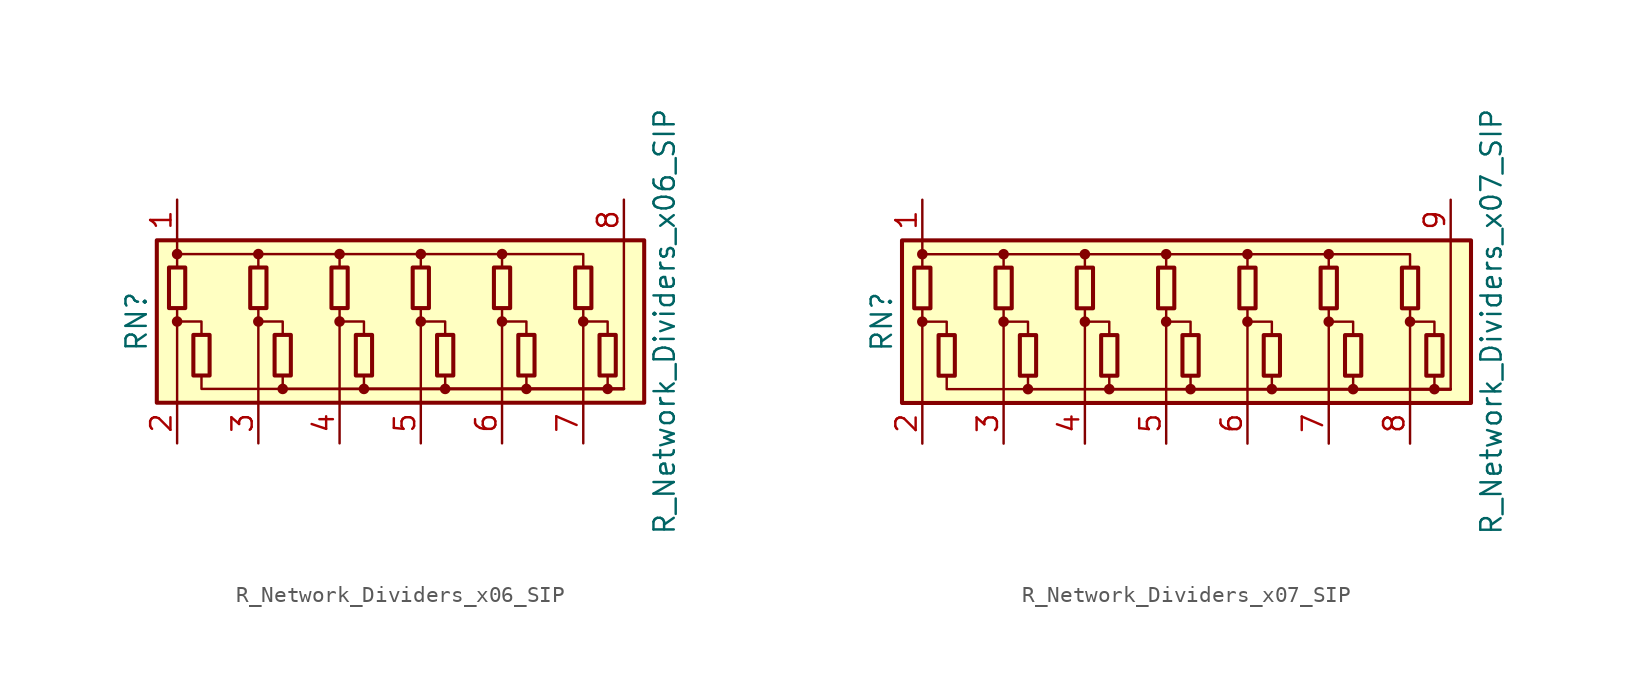
<source format=kicad_sym>
(kicad_symbol_lib
  (version 20201005)
  (generator kicad_symbol_editor)
  (symbol "R_Network_Dividers_x06_SIP"
    (pin_names
      (offset 0) hide)
    (property "Reference" "RN"
      (at -17.78 0 90)
      (effects (font (size 1.27 1.27))))
    (property "Value" "R_Network_Dividers_x06_SIP"
      (at 15.24 0 90)
      (effects (font (size 1.27 1.27))))
    (symbol "R_Network_Dividers_x06_SIP_0_1"
      (circle (center -15.24 0) (radius 0.254) (stroke (width 0)) (fill (type outline)))
      (circle (center -15.24 4.216) (radius 0.254) (stroke (width 0)) (fill (type outline)))
      (circle (center -10.16 0) (radius 0.254) (stroke (width 0)) (fill (type outline)))
      (circle (center -10.16 4.216) (radius 0.254) (stroke (width 0)) (fill (type outline)))
      (circle (center -8.636 -4.216) (radius 0.254) (stroke (width 0)) (fill (type outline)))
      (circle (center -5.08 0) (radius 0.254) (stroke (width 0)) (fill (type outline)))
      (circle (center -5.08 4.216) (radius 0.254) (stroke (width 0)) (fill (type outline)))
      (circle (center -3.556 -4.216) (radius 0.254) (stroke (width 0)) (fill (type outline)))
      (circle (center 0 0) (radius 0.254) (stroke (width 0)) (fill (type outline)))
      (circle (center 0 4.216) (radius 0.254) (stroke (width 0)) (fill (type outline)))
      (circle (center 1.524 -4.216) (radius 0.254) (stroke (width 0)) (fill (type outline)))
      (circle (center 5.08 0) (radius 0.254) (stroke (width 0)) (fill (type outline)))
      (circle (center 5.08 4.216) (radius 0.254) (stroke (width 0)) (fill (type outline)))
      (circle (center 6.604 -4.216) (radius 0.254) (stroke (width 0)) (fill (type outline)))
      (circle (center 10.16 0) (radius 0.254) (stroke (width 0)) (fill (type outline)))
      (circle (center 11.684 -4.216) (radius 0.254) (stroke (width 0)) (fill (type outline)))
      (rectangle (start -15.748 3.378) (end -14.732 0.838) (stroke (width 0.254)) (fill (type none)))
      (rectangle (start -14.224 -3.378) (end -13.208 -0.838) (stroke (width 0.254)) (fill (type none)))
      (rectangle (start -10.668 3.378) (end -9.652 0.838) (stroke (width 0.254)) (fill (type none)))
      (rectangle (start -9.144 -3.378) (end -8.128 -0.838) (stroke (width 0.254)) (fill (type none)))
      (rectangle (start -5.588 3.378) (end -4.572 0.838) (stroke (width 0.254)) (fill (type none)))
      (rectangle (start -4.064 -3.378) (end -3.048 -0.838) (stroke (width 0.254)) (fill (type none)))
      (rectangle (start -0.508 3.378) (end 0.508 0.838) (stroke (width 0.254)) (fill (type none)))
      (rectangle (start 1.016 -3.378) (end 2.032 -0.838) (stroke (width 0.254)) (fill (type none)))
      (rectangle (start 4.572 3.378) (end 5.588 0.838) (stroke (width 0.254)) (fill (type none)))
      (rectangle (start 6.096 -3.378) (end 7.112 -0.838) (stroke (width 0.254)) (fill (type none)))
      (rectangle (start 9.652 3.378) (end 10.668 0.838) (stroke (width 0.254)) (fill (type none)))
      (rectangle (start 11.176 -3.378) (end 12.192 -0.838) (stroke (width 0.254)) (fill (type none)))
      (rectangle (start -16.51 -5.08) (end 13.97 5.08) (stroke (width 0.254)) (fill (type background)))
      (polyline (pts (xy -15.24 -5.08) (xy -15.24 0.838)) (stroke (width 0)) (fill (type none)))
      (polyline (pts (xy -15.24 5.08) (xy -15.24 3.378)) (stroke (width 0)) (fill (type none)))
      (polyline (pts (xy -10.16 -5.08) (xy -10.16 0.838)) (stroke (width 0)) (fill (type none)))
      (polyline (pts (xy -5.08 -5.08) (xy -5.08 0.838)) (stroke (width 0)) (fill (type none)))
      (polyline (pts (xy 0 -5.08) (xy 0 0.838)) (stroke (width 0)) (fill (type none)))
      (polyline (pts (xy 5.08 -5.08) (xy 5.08 0.838)) (stroke (width 0)) (fill (type none)))
      (polyline (pts (xy 10.16 -5.08) (xy 10.16 0.838)) (stroke (width 0)) (fill (type none)))
      (polyline (pts (xy 12.7 -4.216) (xy 12.7 5.08)) (stroke (width 0)) (fill (type none)))
      (polyline (pts (xy -15.24 0) (xy -13.716 0) (xy -13.716 -0.838)) (stroke (width 0)) (fill (type none)))
      (polyline (pts (xy -15.24 4.216) (xy -10.16 4.216) (xy -10.16 3.378)) (stroke (width 0)) (fill (type none)))
      (polyline (pts (xy -13.716 -3.378) (xy -13.716 -4.216) (xy 12.7 -4.216)) (stroke (width 0)) (fill (type none)))
      (polyline (pts (xy -10.16 0) (xy -8.636 0) (xy -8.636 -0.838)) (stroke (width 0)) (fill (type none)))
      (polyline (pts (xy -10.16 4.216) (xy -5.08 4.216) (xy -5.08 3.378)) (stroke (width 0)) (fill (type none)))
      (polyline (pts (xy -8.636 -3.378) (xy -8.636 -4.216) (xy 12.7 -4.216)) (stroke (width 0)) (fill (type none)))
      (polyline (pts (xy -5.08 0) (xy -3.556 0) (xy -3.556 -0.838)) (stroke (width 0)) (fill (type none)))
      (polyline (pts (xy -5.08 4.216) (xy 0 4.216) (xy 0 3.378)) (stroke (width 0)) (fill (type none)))
      (polyline (pts (xy -3.556 -3.378) (xy -3.556 -4.216) (xy 12.7 -4.216)) (stroke (width 0)) (fill (type none)))
      (polyline (pts (xy 0 0) (xy 1.524 0) (xy 1.524 -0.838)) (stroke (width 0)) (fill (type none)))
      (polyline (pts (xy 0 4.216) (xy 5.08 4.216) (xy 5.08 3.378)) (stroke (width 0)) (fill (type none)))
      (polyline (pts (xy 1.524 -3.378) (xy 1.524 -4.216) (xy 12.7 -4.216)) (stroke (width 0)) (fill (type none)))
      (polyline (pts (xy 5.08 0) (xy 6.604 0) (xy 6.604 -0.838)) (stroke (width 0)) (fill (type none)))
      (polyline (pts (xy 5.08 4.216) (xy 10.16 4.216) (xy 10.16 3.378)) (stroke (width 0)) (fill (type none)))
      (polyline (pts (xy 6.604 -3.378) (xy 6.604 -4.216) (xy 12.7 -4.216)) (stroke (width 0)) (fill (type none)))
      (polyline (pts (xy 10.16 0) (xy 11.684 0) (xy 11.684 -0.838)) (stroke (width 0)) (fill (type none)))
      (polyline (pts (xy 11.684 -3.378) (xy 11.684 -4.216) (xy 12.7 -4.216)) (stroke (width 0)) (fill (type none))))
    (symbol "R_Network_Dividers_x06_SIP_1_1"
      (pin passive line (at -15.24 7.62 270) (length 2.54) (name "COM1" (effects (font (size 1.27 1.27)))) (number "1" (effects (font (size 1.27 1.27)))))
      (pin passive line (at -15.24 -7.62 90) (length 2.54) (name "R1" (effects (font (size 1.27 1.27)))) (number "2" (effects (font (size 1.27 1.27)))))
      (pin passive line (at -10.16 -7.62 90) (length 2.54) (name "R2" (effects (font (size 1.27 1.27)))) (number "3" (effects (font (size 1.27 1.27)))))
      (pin passive line (at -5.08 -7.62 90) (length 2.54) (name "R3" (effects (font (size 1.27 1.27)))) (number "4" (effects (font (size 1.27 1.27)))))
      (pin passive line (at 0 -7.62 90) (length 2.54) (name "R4" (effects (font (size 1.27 1.27)))) (number "5" (effects (font (size 1.27 1.27)))))
      (pin passive line (at 5.08 -7.62 90) (length 2.54) (name "R5" (effects (font (size 1.27 1.27)))) (number "6" (effects (font (size 1.27 1.27)))))
      (pin passive line (at 10.16 -7.62 90) (length 2.54) (name "R6" (effects (font (size 1.27 1.27)))) (number "7" (effects (font (size 1.27 1.27)))))
      (pin passive line (at 12.7 7.62 270) (length 2.54) (name "COM2" (effects (font (size 1.27 1.27)))) (number "8" (effects (font (size 1.27 1.27)))))))
  (symbol "R_Network_Dividers_x07_SIP"
    (pin_names
      (offset 0) hide)
    (property "Reference" "RN"
      (at -17.78 0 90)
      (effects (font (size 1.27 1.27))))
    (property "Value" "R_Network_Dividers_x07_SIP"
      (at 20.32 0 90)
      (effects (font (size 1.27 1.27))))
    (symbol "R_Network_Dividers_x07_SIP_0_1"
      (circle (center -15.24 0) (radius 0.254) (stroke (width 0)) (fill (type outline)))
      (circle (center -15.24 4.216) (radius 0.254) (stroke (width 0)) (fill (type outline)))
      (circle (center -10.16 0) (radius 0.254) (stroke (width 0)) (fill (type outline)))
      (circle (center -10.16 4.216) (radius 0.254) (stroke (width 0)) (fill (type outline)))
      (circle (center -8.636 -4.216) (radius 0.254) (stroke (width 0)) (fill (type outline)))
      (circle (center -5.08 0) (radius 0.254) (stroke (width 0)) (fill (type outline)))
      (circle (center -5.08 4.216) (radius 0.254) (stroke (width 0)) (fill (type outline)))
      (circle (center -3.556 -4.216) (radius 0.254) (stroke (width 0)) (fill (type outline)))
      (circle (center 0 0) (radius 0.254) (stroke (width 0)) (fill (type outline)))
      (circle (center 0 4.216) (radius 0.254) (stroke (width 0)) (fill (type outline)))
      (circle (center 1.524 -4.216) (radius 0.254) (stroke (width 0)) (fill (type outline)))
      (circle (center 5.08 0) (radius 0.254) (stroke (width 0)) (fill (type outline)))
      (circle (center 5.08 4.216) (radius 0.254) (stroke (width 0)) (fill (type outline)))
      (circle (center 6.604 -4.216) (radius 0.254) (stroke (width 0)) (fill (type outline)))
      (circle (center 10.16 0) (radius 0.254) (stroke (width 0)) (fill (type outline)))
      (circle (center 10.16 4.216) (radius 0.254) (stroke (width 0)) (fill (type outline)))
      (circle (center 11.684 -4.216) (radius 0.254) (stroke (width 0)) (fill (type outline)))
      (circle (center 15.24 0) (radius 0.254) (stroke (width 0)) (fill (type outline)))
      (circle (center 16.764 -4.216) (radius 0.254) (stroke (width 0)) (fill (type outline)))
      (rectangle (start -15.748 3.378) (end -14.732 0.838) (stroke (width 0.254)) (fill (type none)))
      (rectangle (start -14.224 -3.378) (end -13.208 -0.838) (stroke (width 0.254)) (fill (type none)))
      (rectangle (start -10.668 3.378) (end -9.652 0.838) (stroke (width 0.254)) (fill (type none)))
      (rectangle (start -9.144 -3.378) (end -8.128 -0.838) (stroke (width 0.254)) (fill (type none)))
      (rectangle (start -5.588 3.378) (end -4.572 0.838) (stroke (width 0.254)) (fill (type none)))
      (rectangle (start -4.064 -3.378) (end -3.048 -0.838) (stroke (width 0.254)) (fill (type none)))
      (rectangle (start -0.508 3.378) (end 0.508 0.838) (stroke (width 0.254)) (fill (type none)))
      (rectangle (start 1.016 -3.378) (end 2.032 -0.838) (stroke (width 0.254)) (fill (type none)))
      (rectangle (start 4.572 3.378) (end 5.588 0.838) (stroke (width 0.254)) (fill (type none)))
      (rectangle (start 6.096 -3.378) (end 7.112 -0.838) (stroke (width 0.254)) (fill (type none)))
      (rectangle (start 9.652 3.378) (end 10.668 0.838) (stroke (width 0.254)) (fill (type none)))
      (rectangle (start 11.176 -3.378) (end 12.192 -0.838) (stroke (width 0.254)) (fill (type none)))
      (rectangle (start 14.732 3.378) (end 15.748 0.838) (stroke (width 0.254)) (fill (type none)))
      (rectangle (start 16.256 -3.378) (end 17.272 -0.838) (stroke (width 0.254)) (fill (type none)))
      (rectangle (start -16.51 -5.08) (end 19.05 5.08) (stroke (width 0.254)) (fill (type background)))
      (polyline (pts (xy -15.24 -5.08) (xy -15.24 0.838)) (stroke (width 0)) (fill (type none)))
      (polyline (pts (xy -15.24 5.08) (xy -15.24 3.378)) (stroke (width 0)) (fill (type none)))
      (polyline (pts (xy -10.16 -5.08) (xy -10.16 0.838)) (stroke (width 0)) (fill (type none)))
      (polyline (pts (xy -5.08 -5.08) (xy -5.08 0.838)) (stroke (width 0)) (fill (type none)))
      (polyline (pts (xy 0 -5.08) (xy 0 0.838)) (stroke (width 0)) (fill (type none)))
      (polyline (pts (xy 5.08 -5.08) (xy 5.08 0.838)) (stroke (width 0)) (fill (type none)))
      (polyline (pts (xy 10.16 -5.08) (xy 10.16 0.838)) (stroke (width 0)) (fill (type none)))
      (polyline (pts (xy 15.24 -5.08) (xy 15.24 0.838)) (stroke (width 0)) (fill (type none)))
      (polyline (pts (xy 17.78 -4.216) (xy 17.78 5.08)) (stroke (width 0)) (fill (type none)))
      (polyline (pts (xy -15.24 0) (xy -13.716 0) (xy -13.716 -0.838)) (stroke (width 0)) (fill (type none)))
      (polyline (pts (xy -15.24 4.216) (xy -10.16 4.216) (xy -10.16 3.378)) (stroke (width 0)) (fill (type none)))
      (polyline (pts (xy -13.716 -3.378) (xy -13.716 -4.216) (xy 17.78 -4.216)) (stroke (width 0)) (fill (type none)))
      (polyline (pts (xy -10.16 0) (xy -8.636 0) (xy -8.636 -0.838)) (stroke (width 0)) (fill (type none)))
      (polyline (pts (xy -10.16 4.216) (xy -5.08 4.216) (xy -5.08 3.378)) (stroke (width 0)) (fill (type none)))
      (polyline (pts (xy -8.636 -3.378) (xy -8.636 -4.216) (xy 17.78 -4.216)) (stroke (width 0)) (fill (type none)))
      (polyline (pts (xy -5.08 0) (xy -3.556 0) (xy -3.556 -0.838)) (stroke (width 0)) (fill (type none)))
      (polyline (pts (xy -5.08 4.216) (xy 0 4.216) (xy 0 3.378)) (stroke (width 0)) (fill (type none)))
      (polyline (pts (xy -3.556 -3.378) (xy -3.556 -4.216) (xy 17.78 -4.216)) (stroke (width 0)) (fill (type none)))
      (polyline (pts (xy 0 0) (xy 1.524 0) (xy 1.524 -0.838)) (stroke (width 0)) (fill (type none)))
      (polyline (pts (xy 0 4.216) (xy 5.08 4.216) (xy 5.08 3.378)) (stroke (width 0)) (fill (type none)))
      (polyline (pts (xy 1.524 -3.378) (xy 1.524 -4.216) (xy 17.78 -4.216)) (stroke (width 0)) (fill (type none)))
      (polyline (pts (xy 5.08 0) (xy 6.604 0) (xy 6.604 -0.838)) (stroke (width 0)) (fill (type none)))
      (polyline (pts (xy 5.08 4.216) (xy 10.16 4.216) (xy 10.16 3.378)) (stroke (width 0)) (fill (type none)))
      (polyline (pts (xy 6.604 -3.378) (xy 6.604 -4.216) (xy 17.78 -4.216)) (stroke (width 0)) (fill (type none)))
      (polyline (pts (xy 10.16 0) (xy 11.684 0) (xy 11.684 -0.838)) (stroke (width 0)) (fill (type none)))
      (polyline (pts (xy 10.16 4.216) (xy 15.24 4.216) (xy 15.24 3.378)) (stroke (width 0)) (fill (type none)))
      (polyline (pts (xy 11.684 -3.378) (xy 11.684 -4.216) (xy 17.78 -4.216)) (stroke (width 0)) (fill (type none)))
      (polyline (pts (xy 15.24 0) (xy 16.764 0) (xy 16.764 -0.838)) (stroke (width 0)) (fill (type none)))
      (polyline (pts (xy 16.764 -3.378) (xy 16.764 -4.216) (xy 17.78 -4.216)) (stroke (width 0)) (fill (type none))))
    (symbol "R_Network_Dividers_x07_SIP_1_1"
      (pin passive line (at -15.24 7.62 270) (length 2.54) (name "COM1" (effects (font (size 1.27 1.27)))) (number "1" (effects (font (size 1.27 1.27)))))
      (pin passive line (at -15.24 -7.62 90) (length 2.54) (name "R1" (effects (font (size 1.27 1.27)))) (number "2" (effects (font (size 1.27 1.27)))))
      (pin passive line (at -10.16 -7.62 90) (length 2.54) (name "R2" (effects (font (size 1.27 1.27)))) (number "3" (effects (font (size 1.27 1.27)))))
      (pin passive line (at -5.08 -7.62 90) (length 2.54) (name "R3" (effects (font (size 1.27 1.27)))) (number "4" (effects (font (size 1.27 1.27)))))
      (pin passive line (at 0 -7.62 90) (length 2.54) (name "R4" (effects (font (size 1.27 1.27)))) (number "5" (effects (font (size 1.27 1.27)))))
      (pin passive line (at 5.08 -7.62 90) (length 2.54) (name "R5" (effects (font (size 1.27 1.27)))) (number "6" (effects (font (size 1.27 1.27)))))
      (pin passive line (at 10.16 -7.62 90) (length 2.54) (name "R6" (effects (font (size 1.27 1.27)))) (number "7" (effects (font (size 1.27 1.27)))))
      (pin passive line (at 15.24 -7.62 90) (length 2.54) (name "R7" (effects (font (size 1.27 1.27)))) (number "8" (effects (font (size 1.27 1.27)))))
      (pin passive line (at 17.78 7.62 270) (length 2.54) (name "COM2" (effects (font (size 1.27 1.27)))) (number "9" (effects (font (size 1.27 1.27))))))))
</source>
